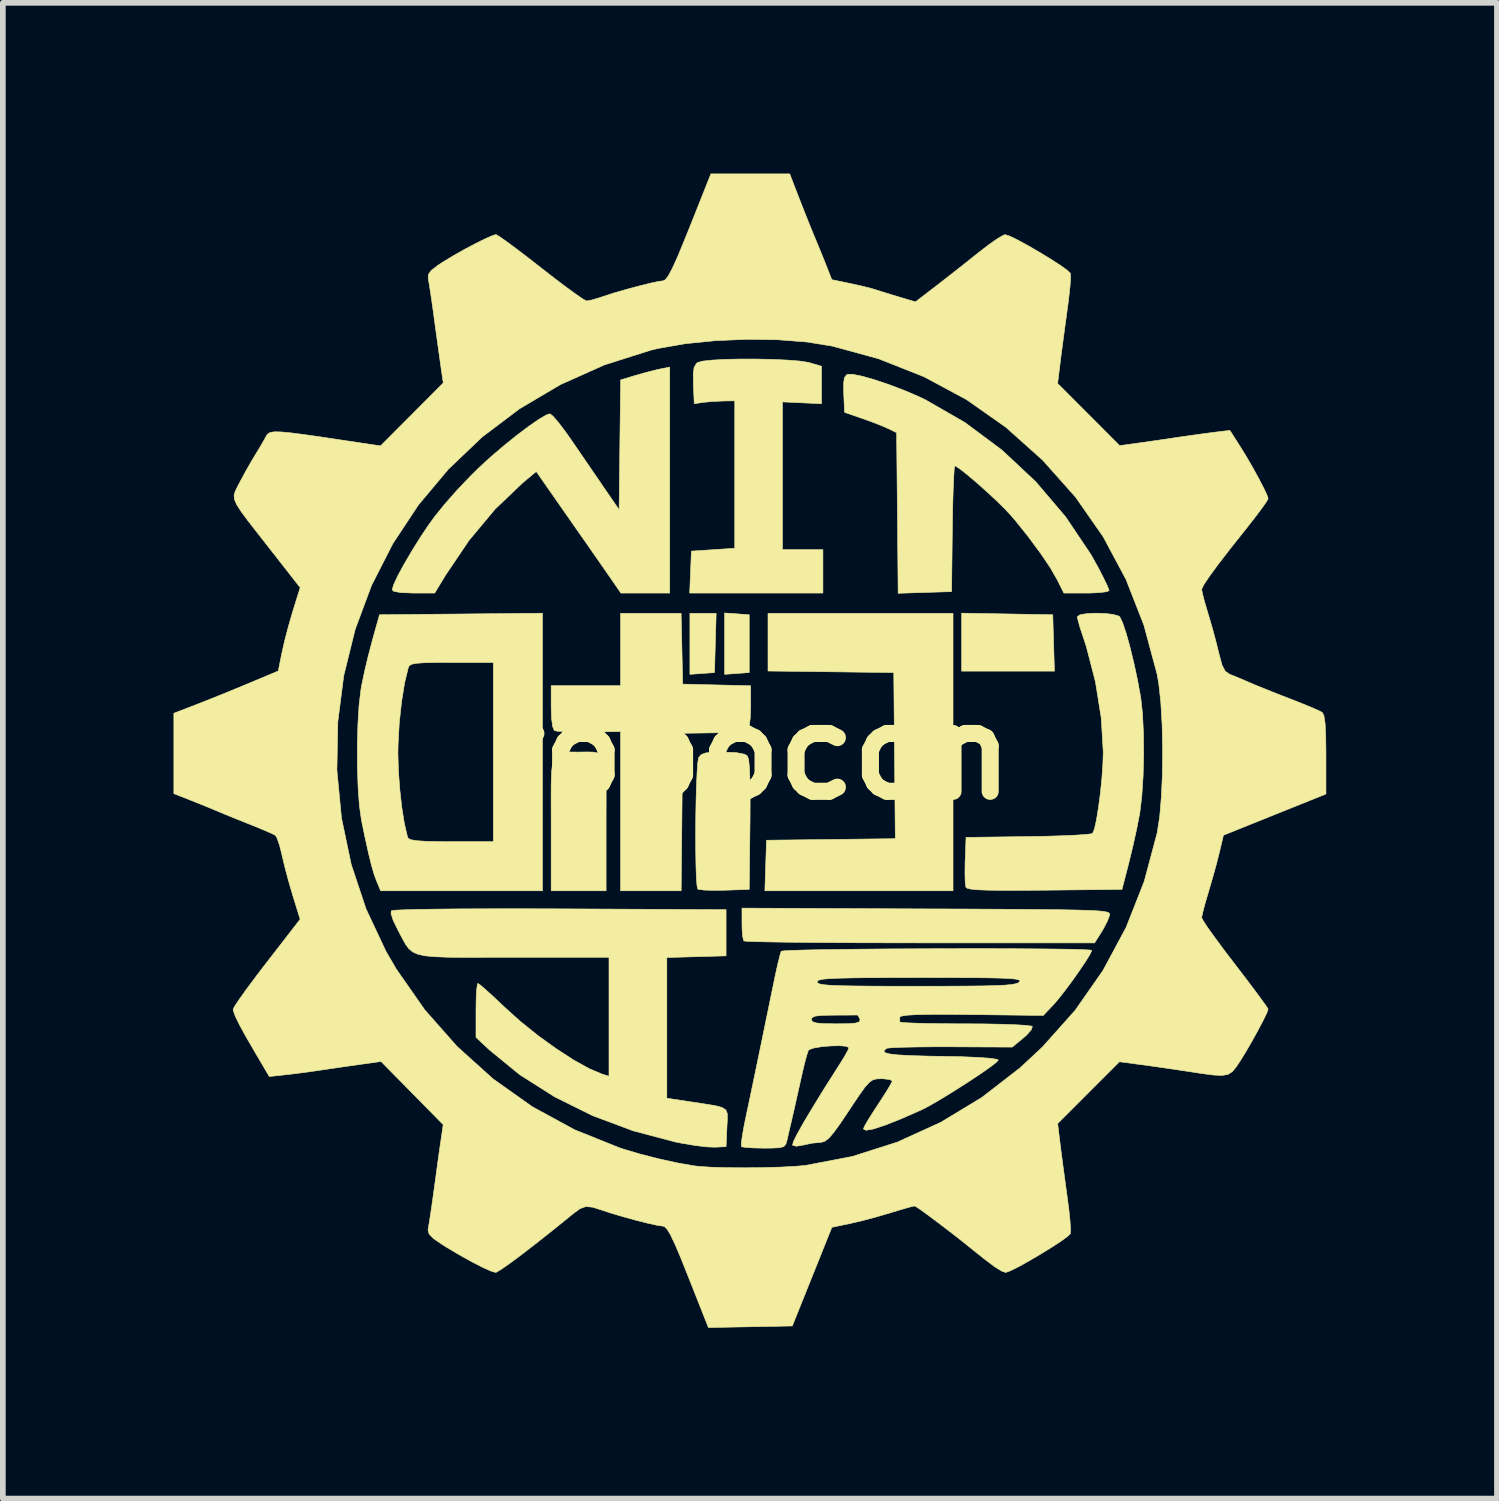
<source format=kicad_pcb>
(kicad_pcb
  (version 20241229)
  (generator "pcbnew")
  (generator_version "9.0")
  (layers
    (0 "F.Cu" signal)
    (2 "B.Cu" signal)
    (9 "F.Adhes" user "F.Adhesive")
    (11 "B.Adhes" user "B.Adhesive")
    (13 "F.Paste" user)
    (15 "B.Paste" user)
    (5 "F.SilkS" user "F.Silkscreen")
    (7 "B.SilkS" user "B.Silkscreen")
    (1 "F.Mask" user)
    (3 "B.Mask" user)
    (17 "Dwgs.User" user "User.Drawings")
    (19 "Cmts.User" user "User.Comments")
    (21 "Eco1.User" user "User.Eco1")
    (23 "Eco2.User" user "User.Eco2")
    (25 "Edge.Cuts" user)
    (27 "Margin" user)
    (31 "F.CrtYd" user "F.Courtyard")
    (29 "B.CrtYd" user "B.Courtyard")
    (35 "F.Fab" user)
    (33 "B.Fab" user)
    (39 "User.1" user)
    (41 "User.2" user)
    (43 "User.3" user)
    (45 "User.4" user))
  (footprint "robocon"
    (layer "F.Cu")
    (at 10.14 10.165)
    (property "Reference" "robocon" (at 0 0 0) (layer "F.SilkS") (effects (font (size 1.524 1.524) (thickness 0.3))))
    (attr through_hole)
    (fp_poly (pts (xy -0.635 -1.397) (xy -0.851 -1.381) (xy -1.067 -1.366) (xy -1.067 -2.438) (xy -0.606 -2.438) (xy -0.635 -1.397)) (stroke (width 0.01) (type solid)) (fill yes) (layer "F.SilkS"))
    (fp_poly (pts (xy -0.025 -2.413) (xy -0.025 -1.397) (xy -0.241 -1.381) (xy -0.457 -1.366) (xy -0.457 -2.444) (xy -0.025 -2.413)) (stroke (width 0.01) (type solid)) (fill yes) (layer "F.SilkS"))
    (fp_poly (pts (xy 5.309 -2.413) (xy 5.323 -1.918) (xy 5.338 -1.422) (xy 3.708 -1.422) (xy 3.708 -2.441) (xy 5.309 -2.413)) (stroke (width 0.01) (type solid)) (fill yes) (layer "F.SilkS"))
    (fp_poly (pts (xy 3.556 2.438) (xy 0.25 2.438) (xy 0.279 1.549) (xy 2.542 1.522) (xy 2.515 -1.397) (xy 0.305 -1.424) (xy 0.305 -2.438) (xy 3.556 -2.438) (xy 3.556 2.438)) (stroke (width 0.01) (type solid)) (fill yes) (layer "F.SilkS"))
    (fp_poly (pts (xy -3.068 -0.000241) (xy -3.023 0) (xy -2.872 -0.002) (xy -2.757 0.001) (xy -2.672 0.02) (xy -2.612 0.067) (xy -2.574 0.154) (xy -2.552 0.292) (xy -2.542 0.493) (xy -2.539 0.769) (xy -2.54 1.131) (xy -2.54 1.25) (xy -2.54 2.438) (xy -3.505 2.438) (xy -3.505 1.25) (xy -3.506 0.861) (xy -3.505 0.562) (xy -3.497 0.341) (xy -3.479 0.187) (xy -3.446 0.087) (xy -3.393 0.03) (xy -3.315 0.004) (xy -3.208 -0.002) (xy -3.068 -0.000241)) (stroke (width 0.01) (type solid)) (fill yes) (layer "F.SilkS"))
    (fp_poly (pts (xy -1.194 -1.194) (xy 0 -1.165) (xy 0 -0.789) (xy -0.007 -0.599) (xy -0.025 -0.454) (xy -0.051 -0.381) (xy -0.054 -0.379) (xy -0.124 -0.365) (xy -0.273 -0.352) (xy -0.475 -0.342) (xy -0.651 -0.338) (xy -1.194 -0.33) (xy -1.207 1.054) (xy -1.221 2.438) (xy -2.286 2.438) (xy -2.286 -0.361) (xy -2.84 -0.352) (xy -3.07 -0.352) (xy -3.265 -0.357) (xy -3.4 -0.367) (xy -3.449 -0.378) (xy -3.478 -0.445) (xy -3.498 -0.59) (xy -3.505 -0.789) (xy -3.505 -1.168) (xy -2.286 -1.168) (xy -2.286 -2.438) (xy -1.222 -2.438) (xy -1.194 -1.194)) (stroke (width 0.01) (type solid)) (fill yes) (layer "F.SilkS"))
    (fp_poly (pts (xy 0.379 -6.9) (xy 0.64 -6.888) (xy 0.859 -6.871) (xy 1.014 -6.847) (xy 1.041 -6.84) (xy 1.245 -6.779) (xy 1.245 -6.121) (xy 0.559 -6.153) (xy 0.559 -3.556) (xy 1.27 -3.556) (xy 1.27 -2.794) (xy -1.071 -2.794) (xy -1.041 -3.531) (xy -0.279 -3.581) (xy -0.279 -6.172) (xy -0.483 -6.169) (xy -0.66 -6.161) (xy -0.823 -6.146) (xy -0.838 -6.144) (xy -0.991 -6.121) (xy -1.006 -6.45) (xy -1.009 -6.641) (xy -0.994 -6.757) (xy -0.954 -6.826) (xy -0.933 -6.844) (xy -0.847 -6.869) (xy -0.681 -6.887) (xy -0.455 -6.9) (xy -0.189 -6.906) (xy 0.096 -6.906) (xy 0.379 -6.9)) (stroke (width 0.01) (type solid)) (fill yes) (layer "F.SilkS"))
    (fp_poly (pts (xy -0.249 0.01) (xy -0.104 0.039) (xy -0.056 0.07) (xy -0.035 0.136) (xy -0.02 0.282) (xy -0.012 0.511) (xy -0.009 0.831) (xy -0.011 1.246) (xy -0.012 1.276) (xy -0.025 2.413) (xy -0.46 2.428) (xy -0.661 2.43) (xy -0.822 2.425) (xy -0.916 2.412) (xy -0.93 2.406) (xy -0.943 2.343) (xy -0.954 2.196) (xy -0.961 1.984) (xy -0.965 1.724) (xy -0.966 1.436) (xy -0.964 1.136) (xy -0.959 0.843) (xy -0.951 0.575) (xy -0.941 0.35) (xy -0.929 0.186) (xy -0.914 0.101) (xy -0.913 0.098) (xy -0.87 0.046) (xy -0.795 0.016) (xy -0.664 0.003) (xy -0.487 0) (xy -0.249 0.01)) (stroke (width 0.01) (type solid)) (fill yes) (layer "F.SilkS"))
    (fp_poly (pts (xy 3.086 2.756) (xy 3.739 2.758) (xy 4.298 2.761) (xy 4.77 2.764) (xy 5.162 2.767) (xy 5.482 2.771) (xy 5.737 2.776) (xy 5.934 2.782) (xy 6.08 2.789) (xy 6.183 2.798) (xy 6.25 2.809) (xy 6.289 2.822) (xy 6.306 2.838) (xy 6.309 2.856) (xy 6.308 2.865) (xy 6.271 2.966) (xy 6.199 3.104) (xy 6.168 3.157) (xy 6.044 3.353) (xy 2.98 3.353) (xy 2.431 3.352) (xy 1.913 3.351) (xy 1.433 3.348) (xy 1.003 3.345) (xy 0.629 3.341) (xy 0.321 3.336) (xy 0.088 3.331) (xy -0.062 3.325) (xy -0.118 3.319) (xy -0.119 3.319) (xy -0.138 3.253) (xy -0.15 3.12) (xy -0.152 3.014) (xy -0.152 2.742) (xy 3.086 2.756)) (stroke (width 0.01) (type solid)) (fill yes) (layer "F.SilkS"))
    (fp_poly (pts (xy -3.658 2.438) (xy -6.501 2.438) (xy -6.572 2.269) (xy -6.617 2.146) (xy -6.664 1.984) (xy -6.717 1.767) (xy -6.781 1.477) (xy -6.839 1.194) (xy -6.874 0.949) (xy -6.897 0.631) (xy -6.91 0.267) (xy -6.91 0.025) (xy -6.198 0.025) (xy -6.189 0.332) (xy -6.165 0.656) (xy -6.13 0.971) (xy -6.086 1.248) (xy -6.037 1.461) (xy -6.021 1.511) (xy -5.981 1.538) (xy -5.876 1.557) (xy -5.697 1.569) (xy -5.432 1.574) (xy -5.259 1.575) (xy -4.521 1.575) (xy -4.521 -1.575) (xy -5.254 -1.575) (xy -5.544 -1.574) (xy -5.747 -1.569) (xy -5.881 -1.559) (xy -5.96 -1.542) (xy -6 -1.515) (xy -6.015 -1.486) (xy -6.08 -1.22) (xy -6.134 -0.885) (xy -6.174 -0.514) (xy -6.195 -0.139) (xy -6.198 0.025) (xy -6.91 0.025) (xy -6.911 -0.116) (xy -6.901 -0.49) (xy -6.88 -0.828) (xy -6.847 -1.103) (xy -6.836 -1.168) (xy -6.784 -1.417) (xy -6.725 -1.665) (xy -6.652 -1.945) (xy -6.564 -2.261) (xy -6.521 -2.413) (xy -5.089 -2.426) (xy -3.658 -2.44) (xy -3.658 2.438)) (stroke (width 0.01) (type solid)) (fill yes) (layer "F.SilkS"))
    (fp_poly (pts (xy -1.422 -2.794) (xy -2.28 -2.794) (xy -2.473 -3.074) (xy -2.566 -3.208) (xy -2.703 -3.405) (xy -2.871 -3.647) (xy -3.057 -3.912) (xy -3.217 -4.142) (xy -3.767 -4.93) (xy -4.005 -4.732) (xy -4.492 -4.267) (xy -4.95 -3.718) (xy -5.359 -3.111) (xy -5.552 -2.794) (xy -5.925 -2.794) (xy -6.144 -2.802) (xy -6.269 -2.824) (xy -6.299 -2.851) (xy -6.272 -2.943) (xy -6.199 -3.099) (xy -6.09 -3.3) (xy -5.957 -3.527) (xy -5.811 -3.762) (xy -5.663 -3.984) (xy -5.555 -4.133) (xy -5.382 -4.348) (xy -5.164 -4.596) (xy -4.933 -4.839) (xy -4.782 -4.989) (xy -4.568 -5.185) (xy -4.338 -5.381) (xy -4.11 -5.565) (xy -3.898 -5.725) (xy -3.718 -5.849) (xy -3.586 -5.925) (xy -3.527 -5.944) (xy -3.475 -5.904) (xy -3.382 -5.797) (xy -3.262 -5.64) (xy -3.162 -5.499) (xy -2.995 -5.255) (xy -2.81 -4.985) (xy -2.64 -4.737) (xy -2.585 -4.656) (xy -2.311 -4.258) (xy -2.298 -5.399) (xy -2.284 -6.54) (xy -2.018 -6.62) (xy -1.832 -6.672) (xy -1.656 -6.717) (xy -1.587 -6.732) (xy -1.422 -6.764) (xy -1.422 -2.794)) (stroke (width 0.01) (type solid)) (fill yes) (layer "F.SilkS"))
    (fp_poly (pts (xy 1.966 -6.603) (xy 2.185 -6.54) (xy 2.436 -6.455) (xy 2.697 -6.356) (xy 2.949 -6.248) (xy 3.071 -6.19) (xy 3.764 -5.792) (xy 4.414 -5.308) (xy 5.008 -4.752) (xy 5.534 -4.134) (xy 5.982 -3.467) (xy 6.113 -3.231) (xy 6.201 -3.059) (xy 6.267 -2.922) (xy 6.298 -2.844) (xy 6.299 -2.837) (xy 6.252 -2.817) (xy 6.128 -2.802) (xy 5.952 -2.794) (xy 5.902 -2.794) (xy 5.504 -2.794) (xy 5.391 -3.02) (xy 5.269 -3.234) (xy 5.092 -3.496) (xy 4.879 -3.784) (xy 4.646 -4.075) (xy 4.576 -4.156) (xy 4.463 -4.277) (xy 4.311 -4.426) (xy 4.139 -4.585) (xy 3.964 -4.741) (xy 3.803 -4.877) (xy 3.675 -4.977) (xy 3.597 -5.027) (xy 3.587 -5.029) (xy 3.578 -4.981) (xy 3.569 -4.845) (xy 3.56 -4.638) (xy 3.552 -4.372) (xy 3.546 -4.063) (xy 3.544 -3.924) (xy 3.531 -2.819) (xy 3.062 -2.805) (xy 2.592 -2.79) (xy 2.579 -4.201) (xy 2.565 -5.612) (xy 2.413 -5.686) (xy 2.281 -5.743) (xy 2.099 -5.813) (xy 1.956 -5.864) (xy 1.651 -5.969) (xy 1.636 -6.287) (xy 1.633 -6.471) (xy 1.647 -6.577) (xy 1.685 -6.628) (xy 1.702 -6.637) (xy 1.798 -6.637) (xy 1.966 -6.603)) (stroke (width 0.01) (type solid)) (fill yes) (layer "F.SilkS"))
    (fp_poly (pts (xy 6.225 -2.436) (xy 6.372 -2.418) (xy 6.47 -2.389) (xy 6.487 -2.375) (xy 6.536 -2.273) (xy 6.597 -2.092) (xy 6.664 -1.852) (xy 6.732 -1.573) (xy 6.796 -1.276) (xy 6.85 -0.982) (xy 6.854 -0.959) (xy 6.885 -0.682) (xy 6.902 -0.337) (xy 6.906 0.044) (xy 6.896 0.426) (xy 6.873 0.779) (xy 6.838 1.068) (xy 6.834 1.092) (xy 6.785 1.343) (xy 6.721 1.634) (xy 6.654 1.912) (xy 6.643 1.956) (xy 6.525 2.413) (xy 5.166 2.427) (xy 4.747 2.43) (xy 4.418 2.43) (xy 4.17 2.427) (xy 3.993 2.42) (xy 3.876 2.409) (xy 3.809 2.394) (xy 3.782 2.373) (xy 3.781 2.371) (xy 3.77 2.29) (xy 3.766 2.137) (xy 3.768 1.943) (xy 3.77 1.901) (xy 3.785 1.499) (xy 4.875 1.485) (xy 5.199 1.479) (xy 5.489 1.47) (xy 5.728 1.459) (xy 5.903 1.447) (xy 5.997 1.434) (xy 6.008 1.429) (xy 6.041 1.352) (xy 6.076 1.196) (xy 6.111 0.982) (xy 6.144 0.734) (xy 6.171 0.472) (xy 6.189 0.22) (xy 6.196 0) (xy 6.16 -0.602) (xy 6.059 -1.234) (xy 5.898 -1.856) (xy 5.839 -2.035) (xy 5.785 -2.198) (xy 5.75 -2.326) (xy 5.74 -2.378) (xy 5.786 -2.412) (xy 5.902 -2.432) (xy 6.058 -2.44) (xy 6.225 -2.436)) (stroke (width 0.01) (type solid)) (fill yes) (layer "F.SilkS"))
    (fp_poly (pts (xy -3.658 2.754) (xy -3.35 2.755) (xy -0.432 2.769) (xy -0.432 3.581) (xy -1.473 3.61) (xy -1.473 6.082) (xy -1.079 6.142) (xy -0.807 6.183) (xy -0.618 6.214) (xy -0.5 6.246) (xy -0.435 6.29) (xy -0.41 6.355) (xy -0.409 6.453) (xy -0.417 6.592) (xy -0.417 6.596) (xy -0.432 6.934) (xy -0.635 6.943) (xy -0.776 6.937) (xy -0.98 6.912) (xy -1.214 6.873) (xy -1.321 6.852) (xy -2.062 6.656) (xy -2.777 6.389) (xy -3.448 6.056) (xy -4.059 5.668) (xy -4.593 5.231) (xy -4.6 5.224) (xy -4.826 5.013) (xy -4.826 4.538) (xy -4.823 4.333) (xy -4.814 4.172) (xy -4.801 4.079) (xy -4.793 4.064) (xy -4.746 4.097) (xy -4.641 4.188) (xy -4.495 4.321) (xy -4.323 4.484) (xy -4.043 4.736) (xy -3.734 4.984) (xy -3.416 5.213) (xy -3.109 5.412) (xy -2.833 5.565) (xy -2.608 5.66) (xy -2.603 5.661) (xy -2.489 5.696) (xy -2.489 3.607) (xy -4.183 3.607) (xy -4.65 3.607) (xy -5.026 3.608) (xy -5.323 3.605) (xy -5.551 3.596) (xy -5.723 3.58) (xy -5.849 3.552) (xy -5.94 3.511) (xy -6.008 3.453) (xy -6.064 3.377) (xy -6.118 3.279) (xy -6.182 3.157) (xy -6.196 3.131) (xy -6.279 2.962) (xy -6.319 2.839) (xy -6.314 2.788) (xy -6.255 2.779) (xy -6.102 2.772) (xy -5.864 2.765) (xy -5.548 2.76) (xy -5.161 2.756) (xy -4.712 2.754) (xy -4.208 2.753) (xy -3.658 2.754)) (stroke (width 0.01) (type solid)) (fill yes) (layer "F.SilkS"))
    (fp_poly (pts (xy 4.194 3.454) (xy 4.612 3.455) (xy 4.996 3.458) (xy 5.333 3.461) (xy 5.613 3.465) (xy 5.823 3.471) (xy 5.954 3.478) (xy 5.994 3.485) (xy 5.966 3.549) (xy 5.89 3.673) (xy 5.781 3.835) (xy 5.655 4.014) (xy 5.526 4.188) (xy 5.408 4.338) (xy 5.327 4.432) (xy 5.142 4.628) (xy 3.892 4.613) (xy 3.469 4.609) (xy 3.139 4.61) (xy 2.897 4.615) (xy 2.734 4.625) (xy 2.645 4.641) (xy 2.62 4.656) (xy 2.62 4.732) (xy 2.628 4.745) (xy 2.686 4.754) (xy 2.83 4.761) (xy 3.046 4.768) (xy 3.318 4.772) (xy 3.633 4.775) (xy 3.79 4.775) (xy 4.127 4.777) (xy 4.424 4.783) (xy 4.668 4.792) (xy 4.844 4.803) (xy 4.939 4.816) (xy 4.95 4.822) (xy 4.932 4.878) (xy 4.852 4.97) (xy 4.788 5.026) (xy 4.597 5.184) (xy 3.519 5.179) (xy 3.196 5.179) (xy 2.907 5.182) (xy 2.668 5.187) (xy 2.493 5.194) (xy 2.399 5.203) (xy 2.389 5.206) (xy 2.342 5.247) (xy 2.354 5.279) (xy 2.432 5.303) (xy 2.585 5.321) (xy 2.819 5.334) (xy 3.143 5.343) (xy 3.336 5.346) (xy 3.701 5.353) (xy 3.992 5.365) (xy 4.203 5.38) (xy 4.324 5.398) (xy 4.352 5.411) (xy 4.317 5.452) (xy 4.212 5.533) (xy 4.053 5.644) (xy 3.86 5.773) (xy 3.648 5.909) (xy 3.435 6.042) (xy 3.239 6.159) (xy 3.076 6.25) (xy 2.997 6.289) (xy 2.647 6.443) (xy 2.365 6.555) (xy 2.157 6.623) (xy 2.027 6.646) (xy 1.981 6.622) (xy 1.981 6.621) (xy 2.008 6.562) (xy 2.079 6.441) (xy 2.181 6.28) (xy 2.235 6.198) (xy 2.348 6.025) (xy 2.435 5.884) (xy 2.483 5.795) (xy 2.489 5.779) (xy 2.444 5.754) (xy 2.332 5.741) (xy 2.293 5.74) (xy 2.211 5.743) (xy 2.145 5.761) (xy 2.081 5.807) (xy 2.004 5.894) (xy 1.902 6.037) (xy 1.76 6.249) (xy 1.727 6.299) (xy 1.571 6.532) (xy 1.455 6.691) (xy 1.369 6.79) (xy 1.3 6.841) (xy 1.238 6.858) (xy 1.225 6.858) (xy 1.078 6.873) (xy 0.927 6.905) (xy 0.804 6.926) (xy 0.736 6.908) (xy 0.736 6.907) (xy 0.751 6.847) (xy 0.819 6.71) (xy 0.934 6.505) (xy 1.093 6.239) (xy 1.289 5.92) (xy 1.52 5.556) (xy 1.556 5.5) (xy 1.646 5.355) (xy 1.708 5.243) (xy 1.727 5.195) (xy 1.682 5.17) (xy 1.568 5.16) (xy 1.414 5.163) (xy 1.253 5.176) (xy 1.113 5.199) (xy 1.027 5.229) (xy 1.015 5.241) (xy 0.988 5.32) (xy 0.947 5.47) (xy 0.902 5.662) (xy 0.89 5.715) (xy 0.837 5.953) (xy 0.783 6.195) (xy 0.738 6.392) (xy 0.736 6.401) (xy 0.693 6.585) (xy 0.655 6.75) (xy 0.639 6.82) (xy 0.618 6.892) (xy 0.58 6.933) (xy 0.501 6.953) (xy 0.358 6.959) (xy 0.236 6.96) (xy 0.052 6.956) (xy -0.089 6.947) (xy -0.16 6.935) (xy -0.162 6.933) (xy -0.164 6.875) (xy -0.146 6.742) (xy -0.113 6.557) (xy -0.094 6.463) (xy -0.012 6.075) (xy 0.085 5.611) (xy 0.191 5.098) (xy 0.273 4.699) (xy 1.067 4.699) (xy 1.085 4.737) (xy 1.152 4.76) (xy 1.285 4.772) (xy 1.501 4.775) (xy 1.502 4.775) (xy 1.716 4.773) (xy 1.845 4.762) (xy 1.908 4.741) (xy 1.923 4.706) (xy 1.921 4.696) (xy 1.887 4.628) (xy 1.867 4.62) (xy 1.801 4.621) (xy 1.661 4.622) (xy 1.477 4.623) (xy 1.448 4.623) (xy 1.247 4.627) (xy 1.129 4.641) (xy 1.076 4.67) (xy 1.067 4.699) (xy 0.273 4.699) (xy 0.302 4.559) (xy 0.381 4.173) (xy 0.409 4.039) (xy 1.168 4.039) (xy 1.179 4.059) (xy 1.217 4.076) (xy 1.292 4.089) (xy 1.414 4.099) (xy 1.592 4.106) (xy 1.836 4.11) (xy 2.156 4.113) (xy 2.56 4.115) (xy 2.915 4.115) (xy 3.391 4.114) (xy 3.776 4.112) (xy 4.079 4.109) (xy 4.31 4.103) (xy 4.479 4.095) (xy 4.596 4.083) (xy 4.67 4.068) (xy 4.712 4.05) (xy 4.724 4.039) (xy 4.732 4.018) (xy 4.712 4.002) (xy 4.655 3.989) (xy 4.553 3.979) (xy 4.395 3.972) (xy 4.173 3.967) (xy 3.878 3.964) (xy 3.501 3.963) (xy 3.032 3.962) (xy 2.978 3.962) (xy 2.496 3.963) (xy 2.106 3.964) (xy 1.8 3.968) (xy 1.566 3.973) (xy 1.396 3.98) (xy 1.281 3.99) (xy 1.211 4.003) (xy 1.177 4.02) (xy 1.168 4.039) (xy 0.409 4.039) (xy 0.431 3.931) (xy 0.477 3.725) (xy 0.514 3.575) (xy 0.536 3.502) (xy 0.537 3.5) (xy 0.59 3.492) (xy 0.734 3.485) (xy 0.956 3.478) (xy 1.245 3.472) (xy 1.589 3.467) (xy 1.979 3.463) (xy 2.401 3.459) (xy 2.845 3.457) (xy 3.299 3.455) (xy 3.753 3.454) (xy 4.194 3.454)) (stroke (width 0.01) (type solid)) (fill yes) (layer "F.SilkS"))
    (fp_poly (pts (xy -0.006 -10.16) (xy 0.686 -10.16) (xy 0.858 -9.715) (xy 0.946 -9.491) (xy 1.031 -9.278) (xy 1.099 -9.111) (xy 1.117 -9.068) (xy 1.186 -8.901) (xy 1.269 -8.698) (xy 1.315 -8.583) (xy 1.426 -8.301) (xy 1.742 -8.235) (xy 1.931 -8.194) (xy 2.097 -8.153) (xy 2.184 -8.128) (xy 2.303 -8.09) (xy 2.475 -8.037) (xy 2.604 -7.998) (xy 2.896 -7.911) (xy 3.264 -8.193) (xy 3.485 -8.365) (xy 3.737 -8.563) (xy 3.972 -8.75) (xy 4.013 -8.783) (xy 4.186 -8.916) (xy 4.336 -9.021) (xy 4.441 -9.082) (xy 4.473 -9.092) (xy 4.55 -9.067) (xy 4.689 -9) (xy 4.869 -8.902) (xy 5.066 -8.788) (xy 5.262 -8.669) (xy 5.433 -8.559) (xy 5.559 -8.469) (xy 5.618 -8.414) (xy 5.619 -8.411) (xy 5.622 -8.337) (xy 5.612 -8.185) (xy 5.59 -7.978) (xy 5.559 -7.741) (xy 5.521 -7.465) (xy 5.484 -7.188) (xy 5.452 -6.946) (xy 5.435 -6.807) (xy 5.394 -6.477) (xy 6.484 -5.385) (xy 6.861 -5.437) (xy 7.11 -5.472) (xy 7.376 -5.511) (xy 7.569 -5.54) (xy 7.795 -5.572) (xy 8.027 -5.604) (xy 8.16 -5.621) (xy 8.421 -5.652) (xy 8.598 -5.375) (xy 8.712 -5.19) (xy 8.829 -4.988) (xy 8.937 -4.79) (xy 9.025 -4.62) (xy 9.08 -4.498) (xy 9.093 -4.452) (xy 9.063 -4.398) (xy 8.981 -4.282) (xy 8.861 -4.122) (xy 8.722 -3.944) (xy 8.435 -3.583) (xy 8.214 -3.297) (xy 8.057 -3.082) (xy 7.961 -2.938) (xy 7.925 -2.86) (xy 7.925 -2.856) (xy 7.939 -2.784) (xy 7.976 -2.642) (xy 8.03 -2.458) (xy 8.047 -2.403) (xy 8.116 -2.166) (xy 8.182 -1.92) (xy 8.232 -1.716) (xy 8.234 -1.71) (xy 8.283 -1.528) (xy 8.338 -1.423) (xy 8.413 -1.369) (xy 8.417 -1.368) (xy 8.537 -1.319) (xy 8.696 -1.252) (xy 8.75 -1.228) (xy 8.891 -1.168) (xy 9.095 -1.086) (xy 9.329 -0.993) (xy 9.474 -0.937) (xy 9.69 -0.852) (xy 9.873 -0.777) (xy 10 -0.72) (xy 10.046 -0.695) (xy 10.074 -0.637) (xy 10.094 -0.507) (xy 10.105 -0.295) (xy 10.109 0.009) (xy 10.109 0.044) (xy 10.109 0.737) (xy 8.308 1.461) (xy 8.237 1.759) (xy 8.186 1.961) (xy 8.118 2.207) (xy 8.048 2.446) (xy 8.046 2.454) (xy 7.989 2.646) (xy 7.947 2.804) (xy 7.926 2.9) (xy 7.925 2.911) (xy 7.955 2.969) (xy 8.037 3.093) (xy 8.164 3.269) (xy 8.323 3.485) (xy 8.507 3.725) (xy 8.509 3.728) (xy 8.692 3.967) (xy 8.852 4.179) (xy 8.978 4.35) (xy 9.062 4.467) (xy 9.093 4.517) (xy 9.093 4.517) (xy 9.069 4.586) (xy 9.005 4.718) (xy 8.913 4.893) (xy 8.806 5.086) (xy 8.696 5.276) (xy 8.613 5.41) (xy 8.533 5.532) (xy 8.465 5.615) (xy 8.388 5.664) (xy 8.282 5.682) (xy 8.13 5.675) (xy 7.911 5.646) (xy 7.692 5.612) (xy 7.425 5.572) (xy 7.148 5.532) (xy 6.907 5.498) (xy 6.834 5.489) (xy 6.48 5.442) (xy 5.937 5.985) (xy 5.395 6.528) (xy 5.435 6.858) (xy 5.459 7.047) (xy 5.492 7.299) (xy 5.53 7.579) (xy 5.559 7.792) (xy 5.591 8.033) (xy 5.612 8.24) (xy 5.622 8.391) (xy 5.619 8.462) (xy 5.566 8.513) (xy 5.446 8.6) (xy 5.278 8.709) (xy 5.085 8.828) (xy 4.888 8.943) (xy 4.708 9.043) (xy 4.566 9.114) (xy 4.484 9.144) (xy 4.48 9.144) (xy 4.409 9.119) (xy 4.286 9.042) (xy 4.104 8.905) (xy 3.912 8.752) (xy 3.713 8.592) (xy 3.504 8.429) (xy 3.302 8.275) (xy 3.123 8.141) (xy 2.983 8.039) (xy 2.898 7.983) (xy 2.881 7.976) (xy 2.816 7.99) (xy 2.681 8.028) (xy 2.501 8.082) (xy 2.449 8.098) (xy 2.209 8.168) (xy 1.955 8.236) (xy 1.743 8.285) (xy 1.742 8.285) (xy 1.427 8.351) (xy 1.08 9.217) (xy 0.732 10.084) (xy -0.005 10.098) (xy -0.742 10.112) (xy -1.094 9.222) (xy -1.225 8.894) (xy -1.328 8.652) (xy -1.407 8.485) (xy -1.468 8.384) (xy -1.515 8.337) (xy -1.537 8.331) (xy -1.635 8.317) (xy -1.804 8.28) (xy -2.015 8.227) (xy -2.243 8.164) (xy -2.459 8.1) (xy -2.604 8.052) (xy -2.778 7.997) (xy -2.896 7.986) (xy -2.998 8.023) (xy -3.123 8.114) (xy -3.14 8.129) (xy -3.46 8.388) (xy -3.753 8.62) (xy -4.01 8.819) (xy -4.221 8.976) (xy -4.376 9.085) (xy -4.466 9.139) (xy -4.481 9.144) (xy -4.566 9.119) (xy -4.716 9.051) (xy -4.909 8.951) (xy -5.125 8.831) (xy -5.342 8.702) (xy -5.42 8.653) (xy -5.572 8.549) (xy -5.649 8.471) (xy -5.669 8.4) (xy -5.665 8.367) (xy -5.648 8.274) (xy -5.622 8.105) (xy -5.59 7.884) (xy -5.557 7.645) (xy -5.521 7.38) (xy -5.486 7.126) (xy -5.456 6.915) (xy -5.438 6.792) (xy -5.402 6.547) (xy -5.948 5.992) (xy -6.494 5.437) (xy -6.866 5.489) (xy -7.114 5.524) (xy -7.38 5.563) (xy -7.569 5.591) (xy -7.799 5.624) (xy -8.041 5.655) (xy -8.179 5.671) (xy -8.458 5.701) (xy -8.693 5.302) (xy -8.863 5.01) (xy -8.982 4.793) (xy -9.056 4.641) (xy -9.09 4.546) (xy -9.093 4.518) (xy -9.063 4.461) (xy -8.98 4.337) (xy -8.854 4.161) (xy -8.694 3.946) (xy -8.51 3.705) (xy -8.504 3.698) (xy -7.916 2.938) (xy -8.044 2.523) (xy -8.115 2.282) (xy -8.182 2.032) (xy -8.232 1.823) (xy -8.236 1.803) (xy -8.278 1.636) (xy -8.322 1.511) (xy -8.353 1.462) (xy -8.423 1.427) (xy -8.562 1.367) (xy -8.744 1.292) (xy -8.814 1.264) (xy -9.022 1.181) (xy -9.211 1.104) (xy -9.349 1.047) (xy -9.373 1.037) (xy -9.503 0.982) (xy -9.683 0.909) (xy -9.83 0.85) (xy -10.135 0.73) (xy -10.135 0.318) (xy -7.27 0.318) (xy -7.19 1.157) (xy -7.019 1.973) (xy -6.758 2.757) (xy -6.41 3.498) (xy -6.229 3.81) (xy -5.728 4.528) (xy -5.159 5.173) (xy -4.526 5.743) (xy -3.835 6.233) (xy -3.091 6.638) (xy -2.299 6.956) (xy -2.235 6.977) (xy -1.937 7.065) (xy -1.607 7.149) (xy -1.283 7.22) (xy -1.003 7.269) (xy -0.914 7.28) (xy -0.703 7.294) (xy -0.421 7.303) (xy -0.099 7.305) (xy 0.234 7.301) (xy 0.547 7.292) (xy 0.812 7.277) (xy 0.965 7.263) (xy 1.786 7.106) (xy 2.579 6.853) (xy 3.34 6.506) (xy 4.061 6.07) (xy 4.737 5.547) (xy 5.13 5.18) (xy 5.704 4.536) (xy 6.193 3.835) (xy 6.598 3.08) (xy 6.915 2.275) (xy 7.143 1.422) (xy 7.188 1.135) (xy 7.218 0.774) (xy 7.236 0.366) (xy 7.239 -0.063) (xy 7.23 -0.485) (xy 7.207 -0.876) (xy 7.171 -1.208) (xy 7.142 -1.369) (xy 6.91 -2.231) (xy 6.595 -3.035) (xy 6.195 -3.783) (xy 5.711 -4.478) (xy 5.139 -5.121) (xy 5.131 -5.13) (xy 4.488 -5.705) (xy 3.794 -6.193) (xy 3.046 -6.595) (xy 2.245 -6.912) (xy 1.436 -7.133) (xy 0.992 -7.205) (xy 0.482 -7.245) (xy -0.064 -7.253) (xy -0.618 -7.229) (xy -1.149 -7.176) (xy -1.627 -7.092) (xy -1.753 -7.062) (xy -2.573 -6.802) (xy -3.343 -6.457) (xy -4.06 -6.033) (xy -4.718 -5.536) (xy -5.311 -4.971) (xy -5.836 -4.345) (xy -6.287 -3.663) (xy -6.66 -2.932) (xy -6.949 -2.156) (xy -7.15 -1.342) (xy -7.254 -0.533) (xy -7.27 0.318) (xy -10.135 0.318) (xy -10.135 -0.682) (xy -9.703 -0.849) (xy -9.452 -0.948) (xy -9.159 -1.067) (xy -8.875 -1.184) (xy -8.786 -1.221) (xy -8.3 -1.425) (xy -8.237 -1.741) (xy -8.19 -1.948) (xy -8.124 -2.201) (xy -8.053 -2.448) (xy -8.045 -2.474) (xy -7.915 -2.89) (xy -8.45 -3.574) (xy -8.672 -3.858) (xy -8.84 -4.073) (xy -8.958 -4.234) (xy -9.033 -4.352) (xy -9.071 -4.44) (xy -9.077 -4.513) (xy -9.057 -4.582) (xy -9.018 -4.661) (xy -8.979 -4.736) (xy -8.876 -4.928) (xy -8.766 -5.12) (xy -8.714 -5.207) (xy -8.621 -5.359) (xy -8.543 -5.495) (xy -8.524 -5.531) (xy -8.502 -5.57) (xy -8.474 -5.6) (xy -8.429 -5.619) (xy -8.357 -5.628) (xy -8.247 -5.625) (xy -8.087 -5.61) (xy -7.867 -5.582) (xy -7.577 -5.541) (xy -7.204 -5.485) (xy -6.871 -5.435) (xy -6.503 -5.38) (xy -5.952 -5.933) (xy -5.401 -6.486) (xy -5.438 -6.736) (xy -5.459 -6.887) (xy -5.49 -7.109) (xy -5.526 -7.367) (xy -5.557 -7.595) (xy -5.591 -7.843) (xy -5.623 -8.062) (xy -5.649 -8.229) (xy -5.665 -8.317) (xy -5.664 -8.389) (xy -5.614 -8.461) (xy -5.498 -8.551) (xy -5.411 -8.608) (xy -5.227 -8.72) (xy -5.024 -8.835) (xy -4.823 -8.941) (xy -4.648 -9.027) (xy -4.522 -9.081) (xy -4.475 -9.093) (xy -4.421 -9.063) (xy -4.301 -8.979) (xy -4.129 -8.852) (xy -3.917 -8.691) (xy -3.684 -8.509) (xy -3.446 -8.324) (xy -3.234 -8.164) (xy -3.059 -8.037) (xy -2.937 -7.954) (xy -2.881 -7.926) (xy -2.798 -7.942) (xy -2.662 -7.982) (xy -2.604 -8.001) (xy -2.415 -8.063) (xy -2.194 -8.127) (xy -1.968 -8.188) (xy -1.763 -8.239) (xy -1.607 -8.272) (xy -1.537 -8.28) (xy -1.496 -8.302) (xy -1.444 -8.372) (xy -1.375 -8.502) (xy -1.285 -8.7) (xy -1.17 -8.978) (xy -1.072 -9.22) (xy -0.698 -10.16) (xy -0.006 -10.16)) (stroke (width 0.01) (type solid)) (fill yes) (layer "F.SilkS")))
  (gr_rect
    (start -3 -3)
    (end 23.254 23.282)
    (stroke (width 0.1) (type default))
    (fill no)
    (layer "Edge.Cuts")))
</source>
